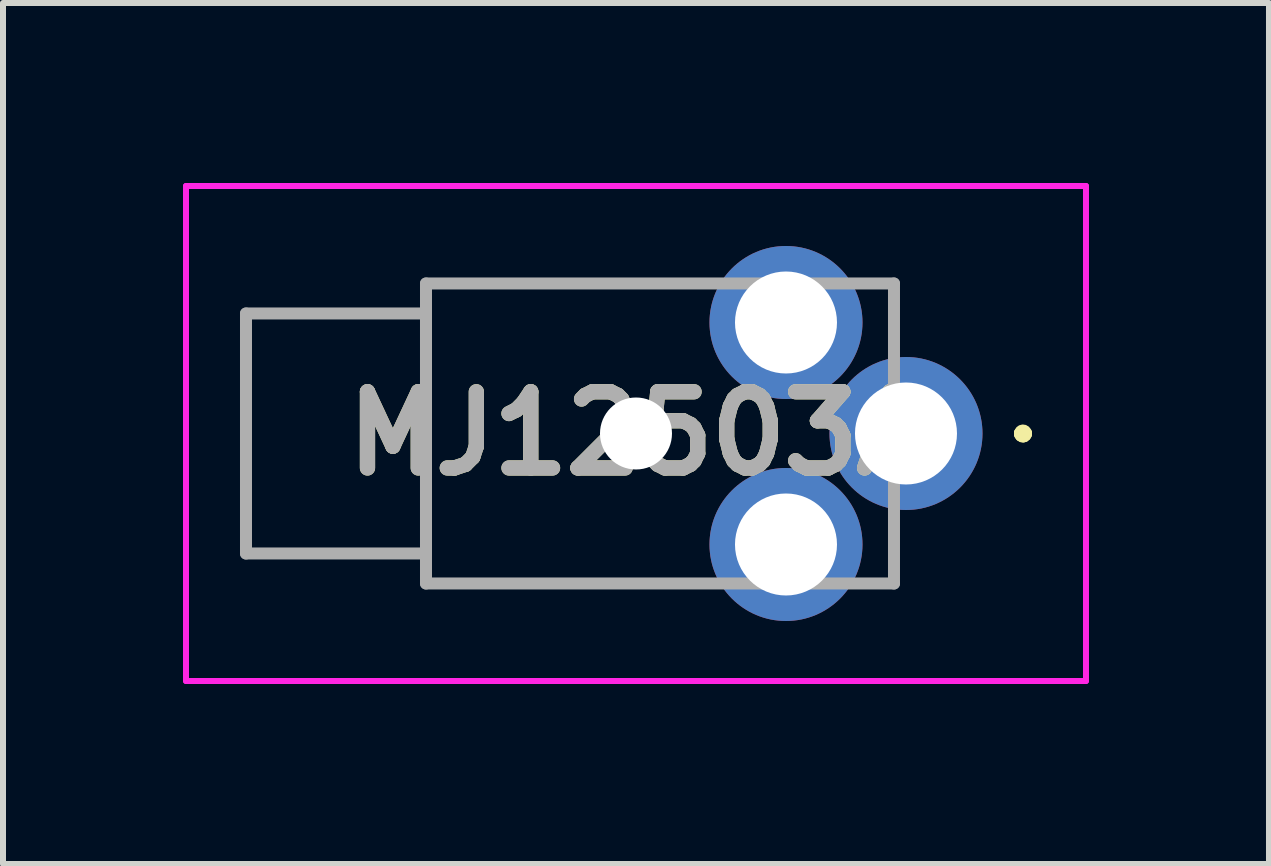
<source format=kicad_pcb>
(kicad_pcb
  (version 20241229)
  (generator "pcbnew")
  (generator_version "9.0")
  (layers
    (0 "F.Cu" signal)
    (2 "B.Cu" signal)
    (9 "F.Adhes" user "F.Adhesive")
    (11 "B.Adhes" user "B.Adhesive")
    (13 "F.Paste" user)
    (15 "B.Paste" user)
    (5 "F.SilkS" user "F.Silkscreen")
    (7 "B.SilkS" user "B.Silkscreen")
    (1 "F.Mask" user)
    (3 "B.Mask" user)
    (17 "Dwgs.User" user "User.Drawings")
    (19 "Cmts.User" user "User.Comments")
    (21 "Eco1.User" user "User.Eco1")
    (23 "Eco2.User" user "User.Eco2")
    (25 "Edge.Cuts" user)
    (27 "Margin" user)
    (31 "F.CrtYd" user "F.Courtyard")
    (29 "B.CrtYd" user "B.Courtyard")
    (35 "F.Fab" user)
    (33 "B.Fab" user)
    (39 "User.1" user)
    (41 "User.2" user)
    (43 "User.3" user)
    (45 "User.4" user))
  (footprint "MJ12503A"
    (layer "F.Cu")
    (at 12.05 4.175)
    (property "Reference" "MJ12503A" (at -4.5 0 0) (layer "F.SilkS") (effects (font (size 1.27 1.27) (thickness 0.254))))
    (attr through_hole)
    (fp_line (start -8 -2.5) (end -8 -2.5) (stroke (width 0.1) (type solid)) (layer "F.SilkS"))
    (fp_line (start -8 -2.5) (end -8 -2.5) (stroke (width 0.1) (type solid)) (layer "F.SilkS"))
    (fp_line (start -8 -2.5) (end -8 2.5) (stroke (width 0.1) (type solid)) (layer "F.SilkS"))
    (fp_line (start -8 -2.5) (end -4 -2.5) (stroke (width 0.1) (type solid)) (layer "F.SilkS"))
    (fp_line (start -8 2.5) (end -8 -2.5) (stroke (width 0.1) (type solid)) (layer "F.SilkS"))
    (fp_line (start -8 2.5) (end -8 2.5) (stroke (width 0.1) (type solid)) (layer "F.SilkS"))
    (fp_line (start -8 2.5) (end -8 2.5) (stroke (width 0.1) (type solid)) (layer "F.SilkS"))
    (fp_line (start -8 2.5) (end -4 2.5) (stroke (width 0.1) (type solid)) (layer "F.SilkS"))
    (fp_line (start -4 -2.5) (end -8 -2.5) (stroke (width 0.1) (type solid)) (layer "F.SilkS"))
    (fp_line (start -4 -2.5) (end -4 -2.5) (stroke (width 0.1) (type solid)) (layer "F.SilkS"))
    (fp_line (start -4 2.5) (end -8 2.5) (stroke (width 0.1) (type solid)) (layer "F.SilkS"))
    (fp_line (start -4 2.5) (end -4 2.5) (stroke (width 0.1) (type solid)) (layer "F.SilkS"))
    (fp_line (start 1.9 0) (end 1.9 0) (stroke (width 0.2) (type solid)) (layer "F.SilkS"))
    (fp_line (start 1.9 0) (end 1.9 0) (stroke (width 0.2) (type solid)) (layer "F.SilkS"))
    (fp_line (start 2 0) (end 2 0) (stroke (width 0.2) (type solid)) (layer "F.SilkS"))
    (fp_arc (start 1.9 0) (mid 1.95 -0.05) (end 2 0) (stroke (width 0.2) (type solid)) (layer "F.SilkS"))
    (fp_arc (start 2 0) (mid 1.95 0.05) (end 1.9 0) (stroke (width 0.2) (type solid)) (layer "F.SilkS"))
    (fp_arc (start 2 0) (mid 1.95 0.05) (end 1.9 0) (stroke (width 0.2) (type solid)) (layer "F.SilkS"))
    (fp_line (start -12 -4.125) (end 3 -4.125) (stroke (width 0.1) (type solid)) (layer "F.CrtYd"))
    (fp_line (start -12 4.125) (end -12 -4.125) (stroke (width 0.1) (type solid)) (layer "F.CrtYd"))
    (fp_line (start 3 -4.125) (end 3 4.125) (stroke (width 0.1) (type solid)) (layer "F.CrtYd"))
    (fp_line (start 3 4.125) (end -12 4.125) (stroke (width 0.1) (type solid)) (layer "F.CrtYd"))
    (fp_line (start -11 -2) (end -8 -2) (stroke (width 0.2) (type solid)) (layer "F.Fab"))
    (fp_line (start -11 2) (end -11 -2) (stroke (width 0.2) (type solid)) (layer "F.Fab"))
    (fp_line (start -8 -2.5) (end -8 2.5) (stroke (width 0.2) (type solid)) (layer "F.Fab"))
    (fp_line (start -8 -2) (end -8 2) (stroke (width 0.2) (type solid)) (layer "F.Fab"))
    (fp_line (start -8 2) (end -11 2) (stroke (width 0.2) (type solid)) (layer "F.Fab"))
    (fp_line (start -8 2.5) (end -0.2 2.5) (stroke (width 0.2) (type solid)) (layer "F.Fab"))
    (fp_line (start -0.2 -2.5) (end -8 -2.5) (stroke (width 0.2) (type solid)) (layer "F.Fab"))
    (fp_line (start -0.2 2.5) (end -0.2 -2.5) (stroke (width 0.2) (type solid)) (layer "F.Fab"))
    (fp_text user "${REFERENCE}" (at -4.5 0 0) (layer "F.Fab") (effects (font (size 1.27 1.27) (thickness 0.254))))
    (pad "" np_thru_hole circle (at -4.5 0) (size 1.2 1.2) (drill 1.2) (layers "*.Cu" "*.Mask"))
    (pad "1" thru_hole circle (at 0 0) (size 2.55 2.55) (drill 1.7) (layers "*.Cu" "*.Mask"))
    (pad "2" thru_hole circle (at -2 1.85) (size 2.55 2.55) (drill 1.7) (layers "*.Cu" "*.Mask"))
    (pad "3" thru_hole circle (at -2 -1.85) (size 2.55 2.55) (drill 1.7) (layers "*.Cu" "*.Mask")))
  (gr_rect
    (start -3 -3)
    (end 18.1 11.35)
    (stroke (width 0.1) (type default))
    (fill no)
    (layer "Edge.Cuts")))
</source>
